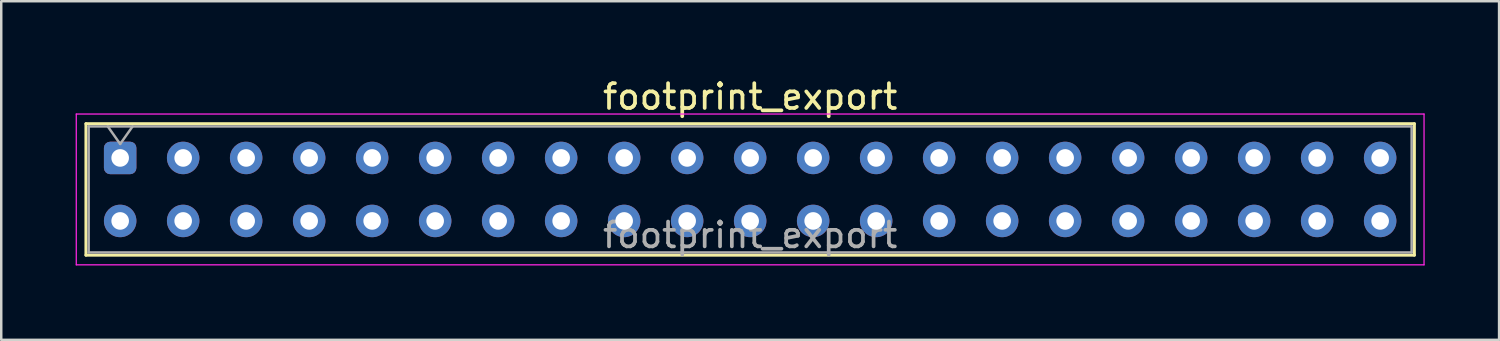
<source format=kicad_pcb>
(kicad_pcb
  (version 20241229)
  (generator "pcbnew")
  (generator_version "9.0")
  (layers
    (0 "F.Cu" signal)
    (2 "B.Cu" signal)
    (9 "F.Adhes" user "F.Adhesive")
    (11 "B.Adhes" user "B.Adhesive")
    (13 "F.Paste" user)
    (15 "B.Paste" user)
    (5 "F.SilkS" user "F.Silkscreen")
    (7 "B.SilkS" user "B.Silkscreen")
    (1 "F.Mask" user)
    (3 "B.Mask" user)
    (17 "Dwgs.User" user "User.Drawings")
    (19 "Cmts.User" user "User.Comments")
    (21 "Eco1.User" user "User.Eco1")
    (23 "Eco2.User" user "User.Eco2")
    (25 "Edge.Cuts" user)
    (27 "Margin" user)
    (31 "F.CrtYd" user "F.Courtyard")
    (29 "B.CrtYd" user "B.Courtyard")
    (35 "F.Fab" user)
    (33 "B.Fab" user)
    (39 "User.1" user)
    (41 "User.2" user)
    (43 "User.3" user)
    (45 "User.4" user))
  (footprint "footprint_export"
    (layer "F.Cu")
    (at 1.795 3.318)
    (property "Reference" "footprint_export" (at 25.4 -2.47 0) (layer "F.SilkS") (effects (font (size 1 1) (thickness 0.15))))
    (attr through_hole)
    (fp_line (start -1.38 -1.38) (end 52.18 -1.38) (stroke (width 0.12) (type solid)) (layer "F.SilkS"))
    (fp_line (start -1.38 3.92) (end -1.38 -1.38) (stroke (width 0.12) (type solid)) (layer "F.SilkS"))
    (fp_line (start 52.18 -1.38) (end 52.18 3.92) (stroke (width 0.12) (type solid)) (layer "F.SilkS"))
    (fp_line (start 52.18 3.92) (end -1.38 3.92) (stroke (width 0.12) (type solid)) (layer "F.SilkS"))
    (fp_line (start -1.77 -1.77) (end 52.57 -1.77) (stroke (width 0.05) (type solid)) (layer "F.CrtYd"))
    (fp_line (start -1.77 4.31) (end -1.77 -1.77) (stroke (width 0.05) (type solid)) (layer "F.CrtYd"))
    (fp_line (start 52.57 -1.77) (end 52.57 4.31) (stroke (width 0.05) (type solid)) (layer "F.CrtYd"))
    (fp_line (start 52.57 4.31) (end -1.77 4.31) (stroke (width 0.05) (type solid)) (layer "F.CrtYd"))
    (fp_line (start -1.27 -1.27) (end 52.07 -1.27) (stroke (width 0.1) (type solid)) (layer "F.Fab"))
    (fp_line (start -1.27 3.81) (end -1.27 -1.27) (stroke (width 0.1) (type solid)) (layer "F.Fab"))
    (fp_line (start -0.5 -1.27) (end 0 -0.563) (stroke (width 0.1) (type solid)) (layer "F.Fab"))
    (fp_line (start 0 -0.563) (end 0.5 -1.27) (stroke (width 0.1) (type solid)) (layer "F.Fab"))
    (fp_line (start 52.07 -1.27) (end 52.07 3.81) (stroke (width 0.1) (type solid)) (layer "F.Fab"))
    (fp_line (start 52.07 3.81) (end -1.27 3.81) (stroke (width 0.1) (type solid)) (layer "F.Fab"))
    (fp_text user "${REFERENCE}" (at 25.4 3.11 0) (layer "F.Fab") (effects (font (size 1 1) (thickness 0.15))))
    (pad "1" thru_hole roundrect (at 0 0) (size 1.31 1.31) (drill 0.71) (layers "*.Cu" "*.Mask") (roundrect_rratio 0.191))
    (pad "2" thru_hole circle (at 0 2.54) (size 1.31 1.31) (drill 0.71) (layers "*.Cu" "*.Mask"))
    (pad "3" thru_hole circle (at 2.54 0) (size 1.31 1.31) (drill 0.71) (layers "*.Cu" "*.Mask"))
    (pad "4" thru_hole circle (at 2.54 2.54) (size 1.31 1.31) (drill 0.71) (layers "*.Cu" "*.Mask"))
    (pad "5" thru_hole circle (at 5.08 0) (size 1.31 1.31) (drill 0.71) (layers "*.Cu" "*.Mask"))
    (pad "6" thru_hole circle (at 5.08 2.54) (size 1.31 1.31) (drill 0.71) (layers "*.Cu" "*.Mask"))
    (pad "7" thru_hole circle (at 7.62 0) (size 1.31 1.31) (drill 0.71) (layers "*.Cu" "*.Mask"))
    (pad "8" thru_hole circle (at 7.62 2.54) (size 1.31 1.31) (drill 0.71) (layers "*.Cu" "*.Mask"))
    (pad "9" thru_hole circle (at 10.16 0) (size 1.31 1.31) (drill 0.71) (layers "*.Cu" "*.Mask"))
    (pad "10" thru_hole circle (at 10.16 2.54) (size 1.31 1.31) (drill 0.71) (layers "*.Cu" "*.Mask"))
    (pad "11" thru_hole circle (at 12.7 0) (size 1.31 1.31) (drill 0.71) (layers "*.Cu" "*.Mask"))
    (pad "12" thru_hole circle (at 12.7 2.54) (size 1.31 1.31) (drill 0.71) (layers "*.Cu" "*.Mask"))
    (pad "13" thru_hole circle (at 15.24 0) (size 1.31 1.31) (drill 0.71) (layers "*.Cu" "*.Mask"))
    (pad "14" thru_hole circle (at 15.24 2.54) (size 1.31 1.31) (drill 0.71) (layers "*.Cu" "*.Mask"))
    (pad "15" thru_hole circle (at 17.78 0) (size 1.31 1.31) (drill 0.71) (layers "*.Cu" "*.Mask"))
    (pad "16" thru_hole circle (at 17.78 2.54) (size 1.31 1.31) (drill 0.71) (layers "*.Cu" "*.Mask"))
    (pad "17" thru_hole circle (at 20.32 0) (size 1.31 1.31) (drill 0.71) (layers "*.Cu" "*.Mask"))
    (pad "18" thru_hole circle (at 20.32 2.54) (size 1.31 1.31) (drill 0.71) (layers "*.Cu" "*.Mask"))
    (pad "19" thru_hole circle (at 22.86 0) (size 1.31 1.31) (drill 0.71) (layers "*.Cu" "*.Mask"))
    (pad "20" thru_hole circle (at 22.86 2.54) (size 1.31 1.31) (drill 0.71) (layers "*.Cu" "*.Mask"))
    (pad "21" thru_hole circle (at 25.4 0) (size 1.31 1.31) (drill 0.71) (layers "*.Cu" "*.Mask"))
    (pad "22" thru_hole circle (at 25.4 2.54) (size 1.31 1.31) (drill 0.71) (layers "*.Cu" "*.Mask"))
    (pad "23" thru_hole circle (at 27.94 0) (size 1.31 1.31) (drill 0.71) (layers "*.Cu" "*.Mask"))
    (pad "24" thru_hole circle (at 27.94 2.54) (size 1.31 1.31) (drill 0.71) (layers "*.Cu" "*.Mask"))
    (pad "25" thru_hole circle (at 30.48 0) (size 1.31 1.31) (drill 0.71) (layers "*.Cu" "*.Mask"))
    (pad "26" thru_hole circle (at 30.48 2.54) (size 1.31 1.31) (drill 0.71) (layers "*.Cu" "*.Mask"))
    (pad "27" thru_hole circle (at 33.02 0) (size 1.31 1.31) (drill 0.71) (layers "*.Cu" "*.Mask"))
    (pad "28" thru_hole circle (at 33.02 2.54) (size 1.31 1.31) (drill 0.71) (layers "*.Cu" "*.Mask"))
    (pad "29" thru_hole circle (at 35.56 0) (size 1.31 1.31) (drill 0.71) (layers "*.Cu" "*.Mask"))
    (pad "30" thru_hole circle (at 35.56 2.54) (size 1.31 1.31) (drill 0.71) (layers "*.Cu" "*.Mask"))
    (pad "31" thru_hole circle (at 38.1 0) (size 1.31 1.31) (drill 0.71) (layers "*.Cu" "*.Mask"))
    (pad "32" thru_hole circle (at 38.1 2.54) (size 1.31 1.31) (drill 0.71) (layers "*.Cu" "*.Mask"))
    (pad "33" thru_hole circle (at 40.64 0) (size 1.31 1.31) (drill 0.71) (layers "*.Cu" "*.Mask"))
    (pad "34" thru_hole circle (at 40.64 2.54) (size 1.31 1.31) (drill 0.71) (layers "*.Cu" "*.Mask"))
    (pad "35" thru_hole circle (at 43.18 0) (size 1.31 1.31) (drill 0.71) (layers "*.Cu" "*.Mask"))
    (pad "36" thru_hole circle (at 43.18 2.54) (size 1.31 1.31) (drill 0.71) (layers "*.Cu" "*.Mask"))
    (pad "37" thru_hole circle (at 45.72 0) (size 1.31 1.31) (drill 0.71) (layers "*.Cu" "*.Mask"))
    (pad "38" thru_hole circle (at 45.72 2.54) (size 1.31 1.31) (drill 0.71) (layers "*.Cu" "*.Mask"))
    (pad "39" thru_hole circle (at 48.26 0) (size 1.31 1.31) (drill 0.71) (layers "*.Cu" "*.Mask"))
    (pad "40" thru_hole circle (at 48.26 2.54) (size 1.31 1.31) (drill 0.71) (layers "*.Cu" "*.Mask"))
    (pad "41" thru_hole circle (at 50.8 0) (size 1.31 1.31) (drill 0.71) (layers "*.Cu" "*.Mask"))
    (pad "42" thru_hole circle (at 50.8 2.54) (size 1.31 1.31) (drill 0.71) (layers "*.Cu" "*.Mask")))
  (gr_rect
    (start -3 -3)
    (end 57.39 10.653)
    (stroke (width 0.1) (type default))
    (fill no)
    (layer "Edge.Cuts")))
</source>
